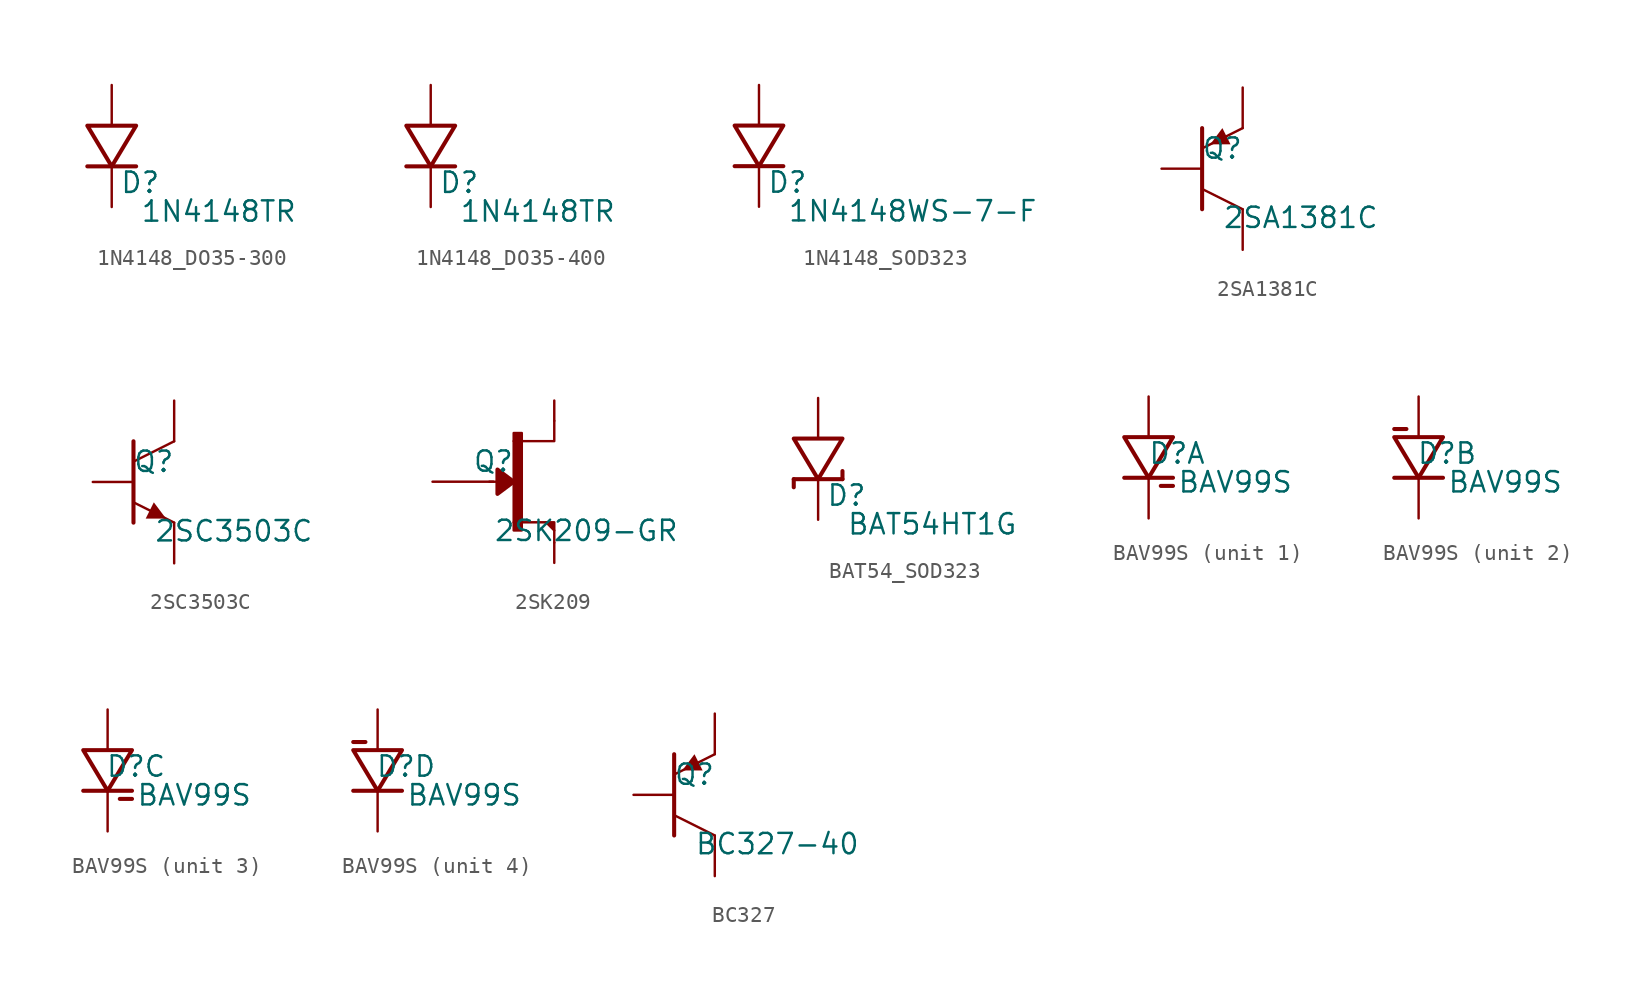
<source format=kicad_sym>
(kicad_symbol_lib
  (version 20231120)
  (generator "kicad_symbol_editor")
  (generator_version "8.0")
  (symbol "1N4148_DO35-300"
    (property "Reference" "D"
      (at 1.778 -1.016 0)
      (effects (font (size 1.27 1.27))))
    (property "Value" "1N4148TR"
      (at 1.778 -3.556 0)
      (effects (font (size 1.27 1.27)) (justify left bottom)))
    (symbol "1N4148_DO35-300_1_0"
      (polyline (pts (xy 1.524 0) (xy -1.524 0)) (stroke (width 0.254) (type solid)) (fill (type none)))
      (polyline (pts (xy -1.524 2.54) (xy 1.524 2.54) (xy 0 0) (xy -1.524 2.54)) (stroke (width 0.254) (type solid)) (fill (type none)))
      (pin passive line (at 0 5.08 270) (length 2.54) (name "A" (effects (font (size 0 0)))) (number "A" (effects (font (size 0 0)))))
      (pin passive line (at 0 -2.54 90) (length 2.54) (name "K" (effects (font (size 0 0)))) (number "K" (effects (font (size 0 0)))))))
  (symbol "1N4148_DO35-400"
    (property "Reference" "D"
      (at 1.778 -1.016 0)
      (effects (font (size 1.27 1.27))))
    (property "Value" "1N4148TR"
      (at 1.778 -3.556 0)
      (effects (font (size 1.27 1.27)) (justify left bottom)))
    (symbol "1N4148_DO35-400_1_0"
      (polyline (pts (xy 1.524 0) (xy -1.524 0)) (stroke (width 0.254) (type solid)) (fill (type none)))
      (polyline (pts (xy -1.524 2.54) (xy 1.524 2.54) (xy 0 0) (xy -1.524 2.54)) (stroke (width 0.254) (type solid)) (fill (type none)))
      (pin passive line (at 0 5.08 270) (length 2.54) (name "A" (effects (font (size 0 0)))) (number "A" (effects (font (size 0 0)))))
      (pin passive line (at 0 -2.54 90) (length 2.54) (name "K" (effects (font (size 0 0)))) (number "K" (effects (font (size 0 0)))))))
  (symbol "1N4148_SOD323"
    (property "Reference" "D"
      (at 1.778 -1.016 0)
      (effects (font (size 1.27 1.27))))
    (property "Value" "1N4148WS-7-F"
      (at 1.778 -3.556 0)
      (effects (font (size 1.27 1.27)) (justify left bottom)))
    (symbol "1N4148_SOD323_1_0"
      (polyline (pts (xy 1.524 0) (xy -1.524 0)) (stroke (width 0.254) (type solid)) (fill (type none)))
      (polyline (pts (xy -1.524 2.54) (xy 1.524 2.54) (xy 0 0) (xy -1.524 2.54)) (stroke (width 0.254) (type solid)) (fill (type none)))
      (pin passive line (at 0 5.08 270) (length 2.54) (name "A" (effects (font (size 0 0)))) (number "A" (effects (font (size 0 0)))))
      (pin passive line (at 0 -2.54 90) (length 2.54) (name "K" (effects (font (size 0 0)))) (number "K" (effects (font (size 0 0)))))))
  (symbol "2SA1381C"
    (property "Reference" "Q"
      (at -1.27 1.27 0)
      (effects (font (size 1.27 1.27))))
    (property "Value" "2SA1381C"
      (at -1.27 -3.81 0)
      (effects (font (size 1.27 1.27)) (justify left bottom)))
    (symbol "2SA1381C_1_0"
      (polyline (pts (xy -2.54 -1.27) (xy 0 -2.54)) (stroke (width 0.152) (type solid)) (fill (type none)))
      (polyline (pts (xy -2.54 2.54) (xy -2.54 -2.54)) (stroke (width 0.254) (type solid)) (fill (type none)))
      (polyline (pts (xy 0 2.54) (xy -2.54 1.27)) (stroke (width 0.152) (type solid)) (fill (type none)))
      (polyline (pts (xy -2.032 1.524) (xy -0.762 1.524) (xy -1.27 2.54) (xy -2.032 1.524) (xy -2.032 1.524)) (stroke (width -0.0001) (type solid)) (fill (type outline)))
      (pin passive line (at 0 5.08 270) (length 2.54) (name "E" (effects (font (size 0 0)))) (number "1" (effects (font (size 0 0)))))
      (pin passive line (at 0 -5.08 90) (length 2.54) (name "C" (effects (font (size 0 0)))) (number "2" (effects (font (size 0 0)))))
      (pin passive line (at -5.08 0 0) (length 2.54) (name "B" (effects (font (size 0 0)))) (number "3" (effects (font (size 0 0)))))))
  (symbol "2SC3503C"
    (property "Reference" "Q"
      (at -1.27 1.27 0)
      (effects (font (size 1.27 1.27))))
    (property "Value" "2SC3503C"
      (at -1.27 -3.81 0)
      (effects (font (size 1.27 1.27)) (justify left bottom)))
    (symbol "2SC3503C_1_0"
      (polyline (pts (xy -2.54 2.54) (xy -2.54 -2.54)) (stroke (width 0.254) (type solid)) (fill (type none)))
      (polyline (pts (xy 0 -2.54) (xy -2.54 -1.27)) (stroke (width 0.152) (type solid)) (fill (type none)))
      (polyline (pts (xy 0 2.54) (xy -2.54 1.27)) (stroke (width 0.152) (type solid)) (fill (type none)))
      (polyline (pts (xy -0.508 -2.286) (xy -1.778 -2.286) (xy -1.27 -1.27) (xy -0.508 -2.286) (xy -0.508 -2.286)) (stroke (width -0.0001) (type solid)) (fill (type outline)))
      (pin passive line (at 0 -5.08 90) (length 2.54) (name "E" (effects (font (size 0 0)))) (number "1" (effects (font (size 0 0)))))
      (pin passive line (at 0 5.08 270) (length 2.54) (name "C" (effects (font (size 0 0)))) (number "2" (effects (font (size 0 0)))))
      (pin passive line (at -5.08 0 0) (length 2.54) (name "B" (effects (font (size 0 0)))) (number "3" (effects (font (size 0 0)))))))
  (symbol "2SK209"
    (property "Reference" "Q"
      (at -1.27 1.27 0)
      (effects (font (size 1.27 1.27))))
    (property "Value" "2SK209-GR"
      (at -1.27 -3.81 0)
      (effects (font (size 1.27 1.27)) (justify left bottom)))
    (symbol "2SK209_1_0"
      (polyline (pts (xy 0 0) (xy -1.524 0)) (stroke (width 0.152) (type solid)) (fill (type none)))
      (polyline (pts (xy 2.032 -2.54) (xy 2.54 -3.048)) (stroke (width 0.152) (type solid)) (fill (type none)))
      (polyline (pts (xy 0 0) (xy -1.016 -0.762) (xy -1.016 0.762) (xy 0 0)) (stroke (width -0.0001) (type solid)) (fill (type outline)))
      (polyline (pts (xy 0 0) (xy -1.016 -0.762) (xy -1.016 0.762) (xy 0 0)) (stroke (width 0.254) (type solid)) (fill (type none)))
      (polyline (pts (xy 2.54 -2.54) (xy 2.54 -3.048) (xy 2.032 -2.54) (xy 2.54 -2.54)) (stroke (width -0.0001) (type solid)) (fill (type outline)))
      (polyline (pts (xy 0 2.54) (xy 0 3.048) (xy 0.508 3.048) (xy 0.508 -3.048) (xy 0 -3.048) (xy 0 -2.54)) (stroke (width 0.152) (type solid)) (fill (type none)))
      (polyline (pts (xy 2.54 -3.81) (xy 2.54 -2.54) (xy 0 -2.54) (xy 0 2.54) (xy 2.54 2.54) (xy 2.54 3.81)) (stroke (width 0.152) (type solid)) (fill (type none)))
      (rectangle (start 0.508 3.048) (end 0 -3.048) (stroke (width -0.0001) (type solid)) (fill (type outline)))
      (pin passive line (at 2.54 -5.08 90) (length 1.27) (name "S1" (effects (font (size 0 0)))) (number "1" (effects (font (size 0 0)))))
      (pin passive line (at 2.54 5.08 270) (length 1.27) (name "D1" (effects (font (size 0 0)))) (number "2" (effects (font (size 0 0)))))
      (pin passive line (at -5.08 0 0) (length 3.81) (name "G1" (effects (font (size 0 0)))) (number "3" (effects (font (size 0 0)))))))
  (symbol "BAT54_SOD323"
    (property "Reference" "D"
      (at 1.778 -1.016 0)
      (effects (font (size 1.27 1.27))))
    (property "Value" "BAT54HT1G"
      (at 1.778 -3.556 0)
      (effects (font (size 1.27 1.27)) (justify left bottom)))
    (symbol "BAT54_SOD323_1_0"
      (polyline (pts (xy -1.524 0) (xy -1.524 -0.508)) (stroke (width 0.254) (type solid)) (fill (type none)))
      (polyline (pts (xy 1.524 0) (xy -1.524 0)) (stroke (width 0.254) (type solid)) (fill (type none)))
      (polyline (pts (xy 1.524 0) (xy 1.524 0.508)) (stroke (width 0.254) (type solid)) (fill (type none)))
      (polyline (pts (xy -1.524 2.54) (xy 1.524 2.54) (xy 0 0) (xy -1.524 2.54)) (stroke (width 0.254) (type solid)) (fill (type none)))
      (pin passive line (at 0 5.08 270) (length 2.54) (name "A" (effects (font (size 0 0)))) (number "A" (effects (font (size 0 0)))))
      (pin passive line (at 0 -2.54 90) (length 2.54) (name "K" (effects (font (size 0 0)))) (number "K" (effects (font (size 0 0)))))))
  (symbol "BAV99S"
    (property "Reference" "D"
      (at 1.778 -1.016 0)
      (effects (font (size 1.27 1.27))))
    (property "Value" "BAV99S"
      (at 1.778 -3.556 0)
      (effects (font (size 1.27 1.27)) (justify left bottom)))
    (symbol "BAV99S_1_0"
      (polyline (pts (xy 0.762 -3.048) (xy 1.524 -3.048)) (stroke (width 0.254) (type solid)) (fill (type none)))
      (polyline (pts (xy 1.524 -2.54) (xy -1.524 -2.54)) (stroke (width 0.254) (type solid)) (fill (type none)))
      (polyline (pts (xy -1.524 0) (xy 1.524 0) (xy 0 -2.54) (xy -1.524 0)) (stroke (width 0.254) (type solid)) (fill (type none)))
      (pin passive line (at 0 2.54 270) (length 2.54) (name "A" (effects (font (size 0 0)))) (number "1" (effects (font (size 0 0)))))
      (pin passive line (at 0 -5.08 90) (length 2.54) (name "K" (effects (font (size 0 0)))) (number "6" (effects (font (size 0 0))))))
    (symbol "BAV99S_2_0"
      (polyline (pts (xy -1.524 0.508) (xy -0.762 0.508)) (stroke (width 0.254) (type solid)) (fill (type none)))
      (polyline (pts (xy 1.524 -2.54) (xy -1.524 -2.54)) (stroke (width 0.254) (type solid)) (fill (type none)))
      (polyline (pts (xy -1.524 0) (xy 1.524 0) (xy 0 -2.54) (xy -1.524 0)) (stroke (width 0.254) (type solid)) (fill (type none)))
      (pin passive line (at 0 -5.08 90) (length 2.54) (name "K" (effects (font (size 0 0)))) (number "2" (effects (font (size 0 0)))))
      (pin passive line (at 0 2.54 270) (length 2.54) (name "A" (effects (font (size 0 0)))) (number "6" (effects (font (size 0 0))))))
    (symbol "BAV99S_3_0"
      (polyline (pts (xy 0.762 -3.048) (xy 1.524 -3.048)) (stroke (width 0.254) (type solid)) (fill (type none)))
      (polyline (pts (xy 1.524 -2.54) (xy -1.524 -2.54)) (stroke (width 0.254) (type solid)) (fill (type none)))
      (polyline (pts (xy -1.524 0) (xy 1.524 0) (xy 0 -2.54) (xy -1.524 0)) (stroke (width 0.254) (type solid)) (fill (type none)))
      (pin passive line (at 0 -5.08 90) (length 2.54) (name "K" (effects (font (size 0 0)))) (number "3" (effects (font (size 0 0)))))
      (pin passive line (at 0 2.54 270) (length 2.54) (name "A" (effects (font (size 0 0)))) (number "4" (effects (font (size 0 0))))))
    (symbol "BAV99S_4_0"
      (polyline (pts (xy -1.524 0.508) (xy -0.762 0.508)) (stroke (width 0.254) (type solid)) (fill (type none)))
      (polyline (pts (xy 1.524 -2.54) (xy -1.524 -2.54)) (stroke (width 0.254) (type solid)) (fill (type none)))
      (polyline (pts (xy -1.524 0) (xy 1.524 0) (xy 0 -2.54) (xy -1.524 0)) (stroke (width 0.254) (type solid)) (fill (type none)))
      (pin passive line (at 0 2.54 270) (length 2.54) (name "A" (effects (font (size 0 0)))) (number "3" (effects (font (size 0 0)))))
      (pin passive line (at 0 -5.08 90) (length 2.54) (name "K" (effects (font (size 0 0)))) (number "5" (effects (font (size 0 0)))))))
  (symbol "BC327"
    (property "Reference" "Q"
      (at -1.27 1.27 0)
      (effects (font (size 1.27 1.27))))
    (property "Value" "BC327-40"
      (at -1.27 -3.81 0)
      (effects (font (size 1.27 1.27)) (justify left bottom)))
    (symbol "BC327_1_0"
      (polyline (pts (xy -2.54 -1.27) (xy 0 -2.54)) (stroke (width 0.152) (type solid)) (fill (type none)))
      (polyline (pts (xy -2.54 2.54) (xy -2.54 -2.54)) (stroke (width 0.254) (type solid)) (fill (type none)))
      (polyline (pts (xy 0 2.54) (xy -2.54 1.27)) (stroke (width 0.152) (type solid)) (fill (type none)))
      (polyline (pts (xy -2.032 1.524) (xy -0.762 1.524) (xy -1.27 2.54) (xy -2.032 1.524) (xy -2.032 1.524)) (stroke (width -0.0001) (type solid)) (fill (type outline)))
      (pin passive line (at 0 -5.08 90) (length 2.54) (name "E" (effects (font (size 0 0)))) (number "1" (effects (font (size 0 0)))))
      (pin passive line (at -5.08 0 0) (length 2.54) (name "B" (effects (font (size 0 0)))) (number "2" (effects (font (size 0 0)))))
      (pin passive line (at 0 5.08 270) (length 2.54) (name "E" (effects (font (size 0 0)))) (number "3" (effects (font (size 0 0))))))))
</source>
